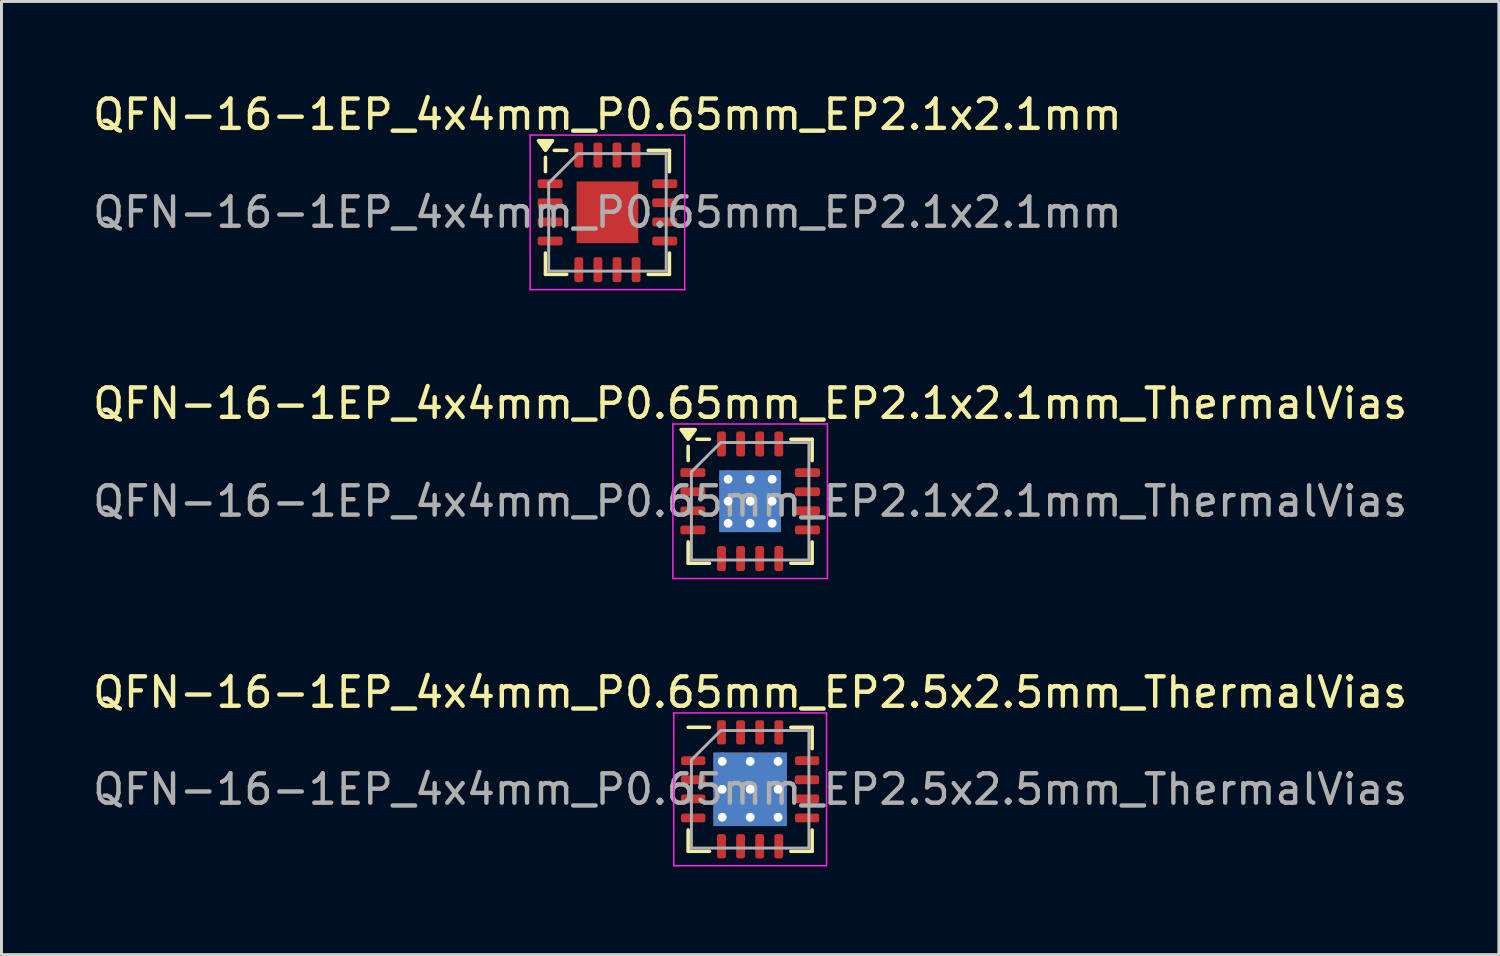
<source format=kicad_pcb>
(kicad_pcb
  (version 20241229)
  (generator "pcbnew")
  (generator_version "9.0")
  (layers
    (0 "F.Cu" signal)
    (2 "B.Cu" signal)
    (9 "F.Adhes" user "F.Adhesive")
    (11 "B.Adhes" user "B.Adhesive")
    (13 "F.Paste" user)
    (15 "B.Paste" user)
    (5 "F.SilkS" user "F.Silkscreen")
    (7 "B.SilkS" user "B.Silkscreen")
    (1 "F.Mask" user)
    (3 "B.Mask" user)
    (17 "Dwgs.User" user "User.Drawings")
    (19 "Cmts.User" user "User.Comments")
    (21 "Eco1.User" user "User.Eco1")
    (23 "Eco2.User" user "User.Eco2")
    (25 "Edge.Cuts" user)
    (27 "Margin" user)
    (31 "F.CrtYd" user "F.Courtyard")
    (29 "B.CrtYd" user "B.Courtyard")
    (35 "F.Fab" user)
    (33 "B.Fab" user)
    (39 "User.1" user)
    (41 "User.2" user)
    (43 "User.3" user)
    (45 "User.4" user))
  (footprint "QFN-16-1EP_4x4mm_P0.65mm_EP2.5x2.5mm_ThermalVias"
    (layer "F.Cu")
    (at 22.482 23.815)
    (property "Reference" "QFN-16-1EP_4x4mm_P0.65mm_EP2.5x2.5mm_ThermalVias" (at 0 -3.3 0) (layer "F.SilkS") (effects (font (size 1 1) (thickness 0.15))))
    (attr smd)
    (fp_line (start -2.11 2.11) (end -2.11 1.385) (stroke (width 0.12) (type solid)) (layer "F.SilkS"))
    (fp_line (start -1.385 -2.11) (end -2.11 -2.11) (stroke (width 0.12) (type solid)) (layer "F.SilkS"))
    (fp_line (start -1.385 2.11) (end -2.11 2.11) (stroke (width 0.12) (type solid)) (layer "F.SilkS"))
    (fp_line (start 1.385 -2.11) (end 2.11 -2.11) (stroke (width 0.12) (type solid)) (layer "F.SilkS"))
    (fp_line (start 1.385 2.11) (end 2.11 2.11) (stroke (width 0.12) (type solid)) (layer "F.SilkS"))
    (fp_line (start 2.11 -2.11) (end 2.11 -1.385) (stroke (width 0.12) (type solid)) (layer "F.SilkS"))
    (fp_line (start 2.11 2.11) (end 2.11 1.385) (stroke (width 0.12) (type solid)) (layer "F.SilkS"))
    (fp_line (start -2.6 -2.6) (end -2.6 2.6) (stroke (width 0.05) (type solid)) (layer "F.CrtYd"))
    (fp_line (start -2.6 2.6) (end 2.6 2.6) (stroke (width 0.05) (type solid)) (layer "F.CrtYd"))
    (fp_line (start 2.6 -2.6) (end -2.6 -2.6) (stroke (width 0.05) (type solid)) (layer "F.CrtYd"))
    (fp_line (start 2.6 2.6) (end 2.6 -2.6) (stroke (width 0.05) (type solid)) (layer "F.CrtYd"))
    (fp_line (start -2 -1) (end -1 -2) (stroke (width 0.1) (type solid)) (layer "F.Fab"))
    (fp_line (start -2 2) (end -2 -1) (stroke (width 0.1) (type solid)) (layer "F.Fab"))
    (fp_line (start -1 -2) (end 2 -2) (stroke (width 0.1) (type solid)) (layer "F.Fab"))
    (fp_line (start 2 -2) (end 2 2) (stroke (width 0.1) (type solid)) (layer "F.Fab"))
    (fp_line (start 2 2) (end -2 2) (stroke (width 0.1) (type solid)) (layer "F.Fab"))
    (fp_text user "${REFERENCE}" (at 0 0 0) (layer "F.Fab") (effects (font (size 1 1) (thickness 0.15))))
    (pad "" smd roundrect (at -0.625 -0.625) (size 1.08 1.08) (layers "F.Paste") (roundrect_rratio 0.231))
    (pad "" smd roundrect (at -0.625 0.625) (size 1.08 1.08) (layers "F.Paste") (roundrect_rratio 0.231))
    (pad "" smd roundrect (at 0.625 -0.625) (size 1.08 1.08) (layers "F.Paste") (roundrect_rratio 0.231))
    (pad "" smd roundrect (at 0.625 0.625) (size 1.08 1.08) (layers "F.Paste") (roundrect_rratio 0.231))
    (pad "1" smd roundrect (at -1.938 -0.975) (size 0.825 0.3) (layers "F.Cu" "F.Mask" "F.Paste") (roundrect_rratio 0.25))
    (pad "2" smd roundrect (at -1.938 -0.325) (size 0.825 0.3) (layers "F.Cu" "F.Mask" "F.Paste") (roundrect_rratio 0.25))
    (pad "3" smd roundrect (at -1.938 0.325) (size 0.825 0.3) (layers "F.Cu" "F.Mask" "F.Paste") (roundrect_rratio 0.25))
    (pad "4" smd roundrect (at -1.938 0.975) (size 0.825 0.3) (layers "F.Cu" "F.Mask" "F.Paste") (roundrect_rratio 0.25))
    (pad "5" smd roundrect (at -0.975 1.938) (size 0.3 0.825) (layers "F.Cu" "F.Mask" "F.Paste") (roundrect_rratio 0.25))
    (pad "6" smd roundrect (at -0.325 1.938) (size 0.3 0.825) (layers "F.Cu" "F.Mask" "F.Paste") (roundrect_rratio 0.25))
    (pad "7" smd roundrect (at 0.325 1.938) (size 0.3 0.825) (layers "F.Cu" "F.Mask" "F.Paste") (roundrect_rratio 0.25))
    (pad "8" smd roundrect (at 0.975 1.938) (size 0.3 0.825) (layers "F.Cu" "F.Mask" "F.Paste") (roundrect_rratio 0.25))
    (pad "9" smd roundrect (at 1.938 0.975) (size 0.825 0.3) (layers "F.Cu" "F.Mask" "F.Paste") (roundrect_rratio 0.25))
    (pad "10" smd roundrect (at 1.938 0.325) (size 0.825 0.3) (layers "F.Cu" "F.Mask" "F.Paste") (roundrect_rratio 0.25))
    (pad "11" smd roundrect (at 1.938 -0.325) (size 0.825 0.3) (layers "F.Cu" "F.Mask" "F.Paste") (roundrect_rratio 0.25))
    (pad "12" smd roundrect (at 1.938 -0.975) (size 0.825 0.3) (layers "F.Cu" "F.Mask" "F.Paste") (roundrect_rratio 0.25))
    (pad "13" smd roundrect (at 0.975 -1.938) (size 0.3 0.825) (layers "F.Cu" "F.Mask" "F.Paste") (roundrect_rratio 0.25))
    (pad "14" smd roundrect (at 0.325 -1.938) (size 0.3 0.825) (layers "F.Cu" "F.Mask" "F.Paste") (roundrect_rratio 0.25))
    (pad "15" smd roundrect (at -0.325 -1.938) (size 0.3 0.825) (layers "F.Cu" "F.Mask" "F.Paste") (roundrect_rratio 0.25))
    (pad "16" smd roundrect (at -0.975 -1.938) (size 0.3 0.825) (layers "F.Cu" "F.Mask" "F.Paste") (roundrect_rratio 0.25))
    (pad "17" thru_hole circle (at -0.95 -0.95) (size 0.6 0.6) (drill 0.3) (layers "*.Cu"))
    (pad "17" thru_hole circle (at -0.95 0) (size 0.6 0.6) (drill 0.3) (layers "*.Cu"))
    (pad "17" thru_hole circle (at -0.95 0.95) (size 0.6 0.6) (drill 0.3) (layers "*.Cu"))
    (pad "17" thru_hole circle (at 0 -0.95) (size 0.6 0.6) (drill 0.3) (layers "*.Cu"))
    (pad "17" thru_hole circle (at 0 0) (size 0.6 0.6) (drill 0.3) (layers "*.Cu"))
    (pad "17" smd rect (at 0 0) (size 2.5 2.5) (layers "F.Cu" "F.Mask"))
    (pad "17" smd rect (at 0 0) (size 2.5 2.5) (layers "B.Cu"))
    (pad "17" thru_hole circle (at 0 0.95) (size 0.6 0.6) (drill 0.3) (layers "*.Cu"))
    (pad "17" thru_hole circle (at 0.95 -0.95) (size 0.6 0.6) (drill 0.3) (layers "*.Cu"))
    (pad "17" thru_hole circle (at 0.95 0) (size 0.6 0.6) (drill 0.3) (layers "*.Cu"))
    (pad "17" thru_hole circle (at 0.95 0.95) (size 0.6 0.6) (drill 0.3) (layers "*.Cu")))
  (footprint "QFN-16-1EP_4x4mm_P0.65mm_EP2.1x2.1mm"
    (layer "F.Cu")
    (at 17.625 4.178)
    (property "Reference" "QFN-16-1EP_4x4mm_P0.65mm_EP2.1x2.1mm" (at 0 -3.33 0) (layer "F.SilkS") (effects (font (size 1 1) (thickness 0.15))))
    (attr smd)
    (fp_line (start -2.11 -1.385) (end -2.11 -1.87) (stroke (width 0.12) (type solid)) (layer "F.SilkS"))
    (fp_line (start -2.11 2.11) (end -2.11 1.385) (stroke (width 0.12) (type solid)) (layer "F.SilkS"))
    (fp_line (start -1.385 -2.11) (end -1.81 -2.11) (stroke (width 0.12) (type solid)) (layer "F.SilkS"))
    (fp_line (start -1.385 2.11) (end -2.11 2.11) (stroke (width 0.12) (type solid)) (layer "F.SilkS"))
    (fp_line (start 1.385 -2.11) (end 2.11 -2.11) (stroke (width 0.12) (type solid)) (layer "F.SilkS"))
    (fp_line (start 1.385 2.11) (end 2.11 2.11) (stroke (width 0.12) (type solid)) (layer "F.SilkS"))
    (fp_line (start 2.11 -2.11) (end 2.11 -1.385) (stroke (width 0.12) (type solid)) (layer "F.SilkS"))
    (fp_line (start 2.11 2.11) (end 2.11 1.385) (stroke (width 0.12) (type solid)) (layer "F.SilkS"))
    (fp_poly (pts (xy -2.11 -2.11) (xy -2.35 -2.44) (xy -1.87 -2.44) (xy -2.11 -2.11)) (stroke (width 0.12) (type solid)) (fill yes) (layer "F.SilkS"))
    (fp_line (start -2.63 -2.63) (end -2.63 2.63) (stroke (width 0.05) (type solid)) (layer "F.CrtYd"))
    (fp_line (start -2.63 2.63) (end 2.63 2.63) (stroke (width 0.05) (type solid)) (layer "F.CrtYd"))
    (fp_line (start 2.63 -2.63) (end -2.63 -2.63) (stroke (width 0.05) (type solid)) (layer "F.CrtYd"))
    (fp_line (start 2.63 2.63) (end 2.63 -2.63) (stroke (width 0.05) (type solid)) (layer "F.CrtYd"))
    (fp_line (start -2 -1) (end -1 -2) (stroke (width 0.1) (type solid)) (layer "F.Fab"))
    (fp_line (start -2 2) (end -2 -1) (stroke (width 0.1) (type solid)) (layer "F.Fab"))
    (fp_line (start -1 -2) (end 2 -2) (stroke (width 0.1) (type solid)) (layer "F.Fab"))
    (fp_line (start 2 -2) (end 2 2) (stroke (width 0.1) (type solid)) (layer "F.Fab"))
    (fp_line (start 2 2) (end -2 2) (stroke (width 0.1) (type solid)) (layer "F.Fab"))
    (fp_text user "${REFERENCE}" (at 0 0 0) (layer "F.Fab") (effects (font (size 1 1) (thickness 0.15))))
    (pad "" smd roundrect (at -0.525 -0.525) (size 0.85 0.85) (layers "F.Paste") (roundrect_rratio 0.25))
    (pad "" smd roundrect (at -0.525 0.525) (size 0.85 0.85) (layers "F.Paste") (roundrect_rratio 0.25))
    (pad "" smd roundrect (at 0.525 -0.525) (size 0.85 0.85) (layers "F.Paste") (roundrect_rratio 0.25))
    (pad "" smd roundrect (at 0.525 0.525) (size 0.85 0.85) (layers "F.Paste") (roundrect_rratio 0.25))
    (pad "1" smd roundrect (at -1.95 -0.975) (size 0.85 0.3) (layers "F.Cu" "F.Mask" "F.Paste") (roundrect_rratio 0.25))
    (pad "2" smd roundrect (at -1.95 -0.325) (size 0.85 0.3) (layers "F.Cu" "F.Mask" "F.Paste") (roundrect_rratio 0.25))
    (pad "3" smd roundrect (at -1.95 0.325) (size 0.85 0.3) (layers "F.Cu" "F.Mask" "F.Paste") (roundrect_rratio 0.25))
    (pad "4" smd roundrect (at -1.95 0.975) (size 0.85 0.3) (layers "F.Cu" "F.Mask" "F.Paste") (roundrect_rratio 0.25))
    (pad "5" smd roundrect (at -0.975 1.95) (size 0.3 0.85) (layers "F.Cu" "F.Mask" "F.Paste") (roundrect_rratio 0.25))
    (pad "6" smd roundrect (at -0.325 1.95) (size 0.3 0.85) (layers "F.Cu" "F.Mask" "F.Paste") (roundrect_rratio 0.25))
    (pad "7" smd roundrect (at 0.325 1.95) (size 0.3 0.85) (layers "F.Cu" "F.Mask" "F.Paste") (roundrect_rratio 0.25))
    (pad "8" smd roundrect (at 0.975 1.95) (size 0.3 0.85) (layers "F.Cu" "F.Mask" "F.Paste") (roundrect_rratio 0.25))
    (pad "9" smd roundrect (at 1.95 0.975) (size 0.85 0.3) (layers "F.Cu" "F.Mask" "F.Paste") (roundrect_rratio 0.25))
    (pad "10" smd roundrect (at 1.95 0.325) (size 0.85 0.3) (layers "F.Cu" "F.Mask" "F.Paste") (roundrect_rratio 0.25))
    (pad "11" smd roundrect (at 1.95 -0.325) (size 0.85 0.3) (layers "F.Cu" "F.Mask" "F.Paste") (roundrect_rratio 0.25))
    (pad "12" smd roundrect (at 1.95 -0.975) (size 0.85 0.3) (layers "F.Cu" "F.Mask" "F.Paste") (roundrect_rratio 0.25))
    (pad "13" smd roundrect (at 0.975 -1.95) (size 0.3 0.85) (layers "F.Cu" "F.Mask" "F.Paste") (roundrect_rratio 0.25))
    (pad "14" smd roundrect (at 0.325 -1.95) (size 0.3 0.85) (layers "F.Cu" "F.Mask" "F.Paste") (roundrect_rratio 0.25))
    (pad "15" smd roundrect (at -0.325 -1.95) (size 0.3 0.85) (layers "F.Cu" "F.Mask" "F.Paste") (roundrect_rratio 0.25))
    (pad "16" smd roundrect (at -0.975 -1.95) (size 0.3 0.85) (layers "F.Cu" "F.Mask" "F.Paste") (roundrect_rratio 0.25))
    (pad "17" smd rect (at 0 0) (size 2.1 2.1) (property pad_prop_heatsink) (layers "F.Cu" "F.Mask")))
  (footprint "QFN-16-1EP_4x4mm_P0.65mm_EP2.1x2.1mm_ThermalVias"
    (layer "F.Cu")
    (at 22.482 14.011)
    (property "Reference" "QFN-16-1EP_4x4mm_P0.65mm_EP2.1x2.1mm_ThermalVias" (at 0 -3.33 0) (layer "F.SilkS") (effects (font (size 1 1) (thickness 0.15))))
    (attr smd)
    (fp_line (start -2.11 -1.385) (end -2.11 -1.87) (stroke (width 0.12) (type solid)) (layer "F.SilkS"))
    (fp_line (start -2.11 2.11) (end -2.11 1.385) (stroke (width 0.12) (type solid)) (layer "F.SilkS"))
    (fp_line (start -1.385 -2.11) (end -1.81 -2.11) (stroke (width 0.12) (type solid)) (layer "F.SilkS"))
    (fp_line (start -1.385 2.11) (end -2.11 2.11) (stroke (width 0.12) (type solid)) (layer "F.SilkS"))
    (fp_line (start 1.385 -2.11) (end 2.11 -2.11) (stroke (width 0.12) (type solid)) (layer "F.SilkS"))
    (fp_line (start 1.385 2.11) (end 2.11 2.11) (stroke (width 0.12) (type solid)) (layer "F.SilkS"))
    (fp_line (start 2.11 -2.11) (end 2.11 -1.385) (stroke (width 0.12) (type solid)) (layer "F.SilkS"))
    (fp_line (start 2.11 2.11) (end 2.11 1.385) (stroke (width 0.12) (type solid)) (layer "F.SilkS"))
    (fp_poly (pts (xy -2.11 -2.11) (xy -2.35 -2.44) (xy -1.87 -2.44) (xy -2.11 -2.11)) (stroke (width 0.12) (type solid)) (fill yes) (layer "F.SilkS"))
    (fp_line (start -2.63 -2.63) (end -2.63 2.63) (stroke (width 0.05) (type solid)) (layer "F.CrtYd"))
    (fp_line (start -2.63 2.63) (end 2.63 2.63) (stroke (width 0.05) (type solid)) (layer "F.CrtYd"))
    (fp_line (start 2.63 -2.63) (end -2.63 -2.63) (stroke (width 0.05) (type solid)) (layer "F.CrtYd"))
    (fp_line (start 2.63 2.63) (end 2.63 -2.63) (stroke (width 0.05) (type solid)) (layer "F.CrtYd"))
    (fp_line (start -2 -1) (end -1 -2) (stroke (width 0.1) (type solid)) (layer "F.Fab"))
    (fp_line (start -2 2) (end -2 -1) (stroke (width 0.1) (type solid)) (layer "F.Fab"))
    (fp_line (start -1 -2) (end 2 -2) (stroke (width 0.1) (type solid)) (layer "F.Fab"))
    (fp_line (start 2 -2) (end 2 2) (stroke (width 0.1) (type solid)) (layer "F.Fab"))
    (fp_line (start 2 2) (end -2 2) (stroke (width 0.1) (type solid)) (layer "F.Fab"))
    (fp_text user "${REFERENCE}" (at 0 0 0) (layer "F.Fab") (effects (font (size 1 1) (thickness 0.15))))
    (pad "" smd roundrect (at -0.525 -0.525) (size 0.91 0.91) (layers "F.Paste") (roundrect_rratio 0.25))
    (pad "" smd roundrect (at -0.525 0.525) (size 0.91 0.91) (layers "F.Paste") (roundrect_rratio 0.25))
    (pad "" smd roundrect (at 0.525 -0.525) (size 0.91 0.91) (layers "F.Paste") (roundrect_rratio 0.25))
    (pad "" smd roundrect (at 0.525 0.525) (size 0.91 0.91) (layers "F.Paste") (roundrect_rratio 0.25))
    (pad "1" smd roundrect (at -1.95 -0.975) (size 0.85 0.3) (layers "F.Cu" "F.Mask" "F.Paste") (roundrect_rratio 0.25))
    (pad "2" smd roundrect (at -1.95 -0.325) (size 0.85 0.3) (layers "F.Cu" "F.Mask" "F.Paste") (roundrect_rratio 0.25))
    (pad "3" smd roundrect (at -1.95 0.325) (size 0.85 0.3) (layers "F.Cu" "F.Mask" "F.Paste") (roundrect_rratio 0.25))
    (pad "4" smd roundrect (at -1.95 0.975) (size 0.85 0.3) (layers "F.Cu" "F.Mask" "F.Paste") (roundrect_rratio 0.25))
    (pad "5" smd roundrect (at -0.975 1.95) (size 0.3 0.85) (layers "F.Cu" "F.Mask" "F.Paste") (roundrect_rratio 0.25))
    (pad "6" smd roundrect (at -0.325 1.95) (size 0.3 0.85) (layers "F.Cu" "F.Mask" "F.Paste") (roundrect_rratio 0.25))
    (pad "7" smd roundrect (at 0.325 1.95) (size 0.3 0.85) (layers "F.Cu" "F.Mask" "F.Paste") (roundrect_rratio 0.25))
    (pad "8" smd roundrect (at 0.975 1.95) (size 0.3 0.85) (layers "F.Cu" "F.Mask" "F.Paste") (roundrect_rratio 0.25))
    (pad "9" smd roundrect (at 1.95 0.975) (size 0.85 0.3) (layers "F.Cu" "F.Mask" "F.Paste") (roundrect_rratio 0.25))
    (pad "10" smd roundrect (at 1.95 0.325) (size 0.85 0.3) (layers "F.Cu" "F.Mask" "F.Paste") (roundrect_rratio 0.25))
    (pad "11" smd roundrect (at 1.95 -0.325) (size 0.85 0.3) (layers "F.Cu" "F.Mask" "F.Paste") (roundrect_rratio 0.25))
    (pad "12" smd roundrect (at 1.95 -0.975) (size 0.85 0.3) (layers "F.Cu" "F.Mask" "F.Paste") (roundrect_rratio 0.25))
    (pad "13" smd roundrect (at 0.975 -1.95) (size 0.3 0.85) (layers "F.Cu" "F.Mask" "F.Paste") (roundrect_rratio 0.25))
    (pad "14" smd roundrect (at 0.325 -1.95) (size 0.3 0.85) (layers "F.Cu" "F.Mask" "F.Paste") (roundrect_rratio 0.25))
    (pad "15" smd roundrect (at -0.325 -1.95) (size 0.3 0.85) (layers "F.Cu" "F.Mask" "F.Paste") (roundrect_rratio 0.25))
    (pad "16" smd roundrect (at -0.975 -1.95) (size 0.3 0.85) (layers "F.Cu" "F.Mask" "F.Paste") (roundrect_rratio 0.25))
    (pad "17" thru_hole circle (at -0.75 -0.75) (size 0.6 0.6) (drill 0.3) (property pad_prop_heatsink) (layers "*.Cu"))
    (pad "17" thru_hole circle (at -0.75 0) (size 0.6 0.6) (drill 0.3) (property pad_prop_heatsink) (layers "*.Cu"))
    (pad "17" thru_hole circle (at -0.75 0.75) (size 0.6 0.6) (drill 0.3) (property pad_prop_heatsink) (layers "*.Cu"))
    (pad "17" thru_hole circle (at 0 -0.75) (size 0.6 0.6) (drill 0.3) (property pad_prop_heatsink) (layers "*.Cu"))
    (pad "17" thru_hole circle (at 0 0) (size 0.6 0.6) (drill 0.3) (property pad_prop_heatsink) (layers "*.Cu"))
    (pad "17" smd rect (at 0 0) (size 2.1 2.1) (property pad_prop_heatsink) (layers "F.Cu" "F.Mask"))
    (pad "17" smd rect (at 0 0) (size 2.1 2.1) (property pad_prop_heatsink) (layers "B.Cu"))
    (pad "17" thru_hole circle (at 0 0.75) (size 0.6 0.6) (drill 0.3) (property pad_prop_heatsink) (layers "*.Cu"))
    (pad "17" thru_hole circle (at 0.75 -0.75) (size 0.6 0.6) (drill 0.3) (property pad_prop_heatsink) (layers "*.Cu"))
    (pad "17" thru_hole circle (at 0.75 0) (size 0.6 0.6) (drill 0.3) (property pad_prop_heatsink) (layers "*.Cu"))
    (pad "17" thru_hole circle (at 0.75 0.75) (size 0.6 0.6) (drill 0.3) (property pad_prop_heatsink) (layers "*.Cu")))
  (gr_rect
    (start -3 -3)
    (end 47.964 29.44)
    (stroke (width 0.1) (type default))
    (fill no)
    (layer "Edge.Cuts")))
</source>
